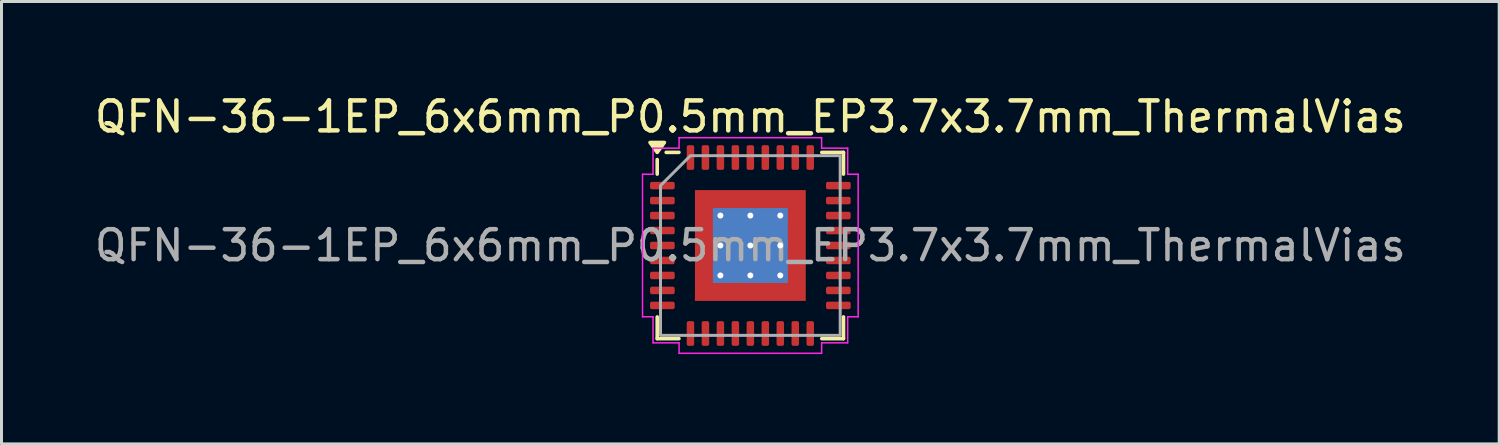
<source format=kicad_pcb>
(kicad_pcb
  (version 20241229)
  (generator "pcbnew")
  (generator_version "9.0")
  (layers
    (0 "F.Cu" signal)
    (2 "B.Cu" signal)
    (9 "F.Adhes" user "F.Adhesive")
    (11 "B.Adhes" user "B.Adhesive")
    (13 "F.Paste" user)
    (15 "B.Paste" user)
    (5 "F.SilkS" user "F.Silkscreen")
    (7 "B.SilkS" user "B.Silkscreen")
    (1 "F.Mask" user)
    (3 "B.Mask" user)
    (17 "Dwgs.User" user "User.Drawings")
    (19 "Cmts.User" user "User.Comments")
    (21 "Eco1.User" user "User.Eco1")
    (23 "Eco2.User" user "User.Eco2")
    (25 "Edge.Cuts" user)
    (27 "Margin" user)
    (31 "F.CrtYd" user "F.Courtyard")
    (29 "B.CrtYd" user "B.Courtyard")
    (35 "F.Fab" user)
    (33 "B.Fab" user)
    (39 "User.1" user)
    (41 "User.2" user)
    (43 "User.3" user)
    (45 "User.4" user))
  (footprint "QFN-36-1EP_6x6mm_P0.5mm_EP3.7x3.7mm_ThermalVias"
    (layer "F.Cu")
    (at 22.006 5.148)
    (property "Reference" "QFN-36-1EP_6x6mm_P0.5mm_EP3.7x3.7mm_ThermalVias" (at 0 -4.3 0) (layer "F.SilkS") (effects (font (size 1 1) (thickness 0.15))))
    (attr smd)
    (fp_line (start -3.11 -2.385) (end -3.11 -2.87) (stroke (width 0.12) (type solid)) (layer "F.SilkS"))
    (fp_line (start -3.11 3.11) (end -3.11 2.385) (stroke (width 0.12) (type solid)) (layer "F.SilkS"))
    (fp_line (start -2.385 -3.11) (end -2.81 -3.11) (stroke (width 0.12) (type solid)) (layer "F.SilkS"))
    (fp_line (start -2.385 3.11) (end -3.11 3.11) (stroke (width 0.12) (type solid)) (layer "F.SilkS"))
    (fp_line (start 2.385 -3.11) (end 3.11 -3.11) (stroke (width 0.12) (type solid)) (layer "F.SilkS"))
    (fp_line (start 2.385 3.11) (end 3.11 3.11) (stroke (width 0.12) (type solid)) (layer "F.SilkS"))
    (fp_line (start 3.11 -3.11) (end 3.11 -2.385) (stroke (width 0.12) (type solid)) (layer "F.SilkS"))
    (fp_line (start 3.11 3.11) (end 3.11 2.385) (stroke (width 0.12) (type solid)) (layer "F.SilkS"))
    (fp_poly (pts (xy -3.11 -3.11) (xy -3.35 -3.44) (xy -2.87 -3.44)) (stroke (width 0.12) (type solid)) (fill yes) (layer "F.SilkS"))
    (fp_line (start -3.6 -2.38) (end -3.25 -2.38) (stroke (width 0.05) (type solid)) (layer "F.CrtYd"))
    (fp_line (start -3.6 2.38) (end -3.6 -2.38) (stroke (width 0.05) (type solid)) (layer "F.CrtYd"))
    (fp_line (start -3.25 -3.25) (end -2.38 -3.25) (stroke (width 0.05) (type solid)) (layer "F.CrtYd"))
    (fp_line (start -3.25 -2.38) (end -3.25 -3.25) (stroke (width 0.05) (type solid)) (layer "F.CrtYd"))
    (fp_line (start -3.25 2.38) (end -3.6 2.38) (stroke (width 0.05) (type solid)) (layer "F.CrtYd"))
    (fp_line (start -3.25 3.25) (end -3.25 2.38) (stroke (width 0.05) (type solid)) (layer "F.CrtYd"))
    (fp_line (start -2.38 -3.6) (end 2.38 -3.6) (stroke (width 0.05) (type solid)) (layer "F.CrtYd"))
    (fp_line (start -2.38 -3.25) (end -2.38 -3.6) (stroke (width 0.05) (type solid)) (layer "F.CrtYd"))
    (fp_line (start -2.38 3.25) (end -3.25 3.25) (stroke (width 0.05) (type solid)) (layer "F.CrtYd"))
    (fp_line (start -2.38 3.6) (end -2.38 3.25) (stroke (width 0.05) (type solid)) (layer "F.CrtYd"))
    (fp_line (start 2.38 -3.6) (end 2.38 -3.25) (stroke (width 0.05) (type solid)) (layer "F.CrtYd"))
    (fp_line (start 2.38 -3.25) (end 3.25 -3.25) (stroke (width 0.05) (type solid)) (layer "F.CrtYd"))
    (fp_line (start 2.38 3.25) (end 2.38 3.6) (stroke (width 0.05) (type solid)) (layer "F.CrtYd"))
    (fp_line (start 2.38 3.6) (end -2.38 3.6) (stroke (width 0.05) (type solid)) (layer "F.CrtYd"))
    (fp_line (start 3.25 -3.25) (end 3.25 -2.38) (stroke (width 0.05) (type solid)) (layer "F.CrtYd"))
    (fp_line (start 3.25 -2.38) (end 3.6 -2.38) (stroke (width 0.05) (type solid)) (layer "F.CrtYd"))
    (fp_line (start 3.25 2.38) (end 3.25 3.25) (stroke (width 0.05) (type solid)) (layer "F.CrtYd"))
    (fp_line (start 3.25 3.25) (end 2.38 3.25) (stroke (width 0.05) (type solid)) (layer "F.CrtYd"))
    (fp_line (start 3.6 -2.38) (end 3.6 2.38) (stroke (width 0.05) (type solid)) (layer "F.CrtYd"))
    (fp_line (start 3.6 2.38) (end 3.25 2.38) (stroke (width 0.05) (type solid)) (layer "F.CrtYd"))
    (fp_poly (pts (xy -3 -2) (xy -3 3) (xy 3 3) (xy 3 -3) (xy -2 -3)) (stroke (width 0.1) (type solid)) (fill no) (layer "F.Fab"))
    (fp_text user "${REFERENCE}" (at 0 0 0) (layer "F.Fab") (effects (font (size 1 1) (thickness 0.15))))
    (pad "" smd roundrect (at -1.23 -1.23) (size 0.99 0.99) (layers "F.Paste") (roundrect_rratio 0.25))
    (pad "" smd roundrect (at -1.23 0) (size 0.99 0.99) (layers "F.Paste") (roundrect_rratio 0.25))
    (pad "" smd roundrect (at -1.23 1.23) (size 0.99 0.99) (layers "F.Paste") (roundrect_rratio 0.25))
    (pad "" smd roundrect (at 0 -1.23) (size 0.99 0.99) (layers "F.Paste") (roundrect_rratio 0.25))
    (pad "" smd roundrect (at 0 0) (size 0.99 0.99) (layers "F.Paste") (roundrect_rratio 0.25))
    (pad "" smd roundrect (at 0 1.23) (size 0.99 0.99) (layers "F.Paste") (roundrect_rratio 0.25))
    (pad "" smd roundrect (at 1.23 -1.23) (size 0.99 0.99) (layers "F.Paste") (roundrect_rratio 0.25))
    (pad "" smd roundrect (at 1.23 0) (size 0.99 0.99) (layers "F.Paste") (roundrect_rratio 0.25))
    (pad "" smd roundrect (at 1.23 1.23) (size 0.99 0.99) (layers "F.Paste") (roundrect_rratio 0.25))
    (pad "1" smd roundrect (at -2.938 -2) (size 0.825 0.25) (layers "F.Cu" "F.Mask" "F.Paste") (roundrect_rratio 0.25))
    (pad "2" smd roundrect (at -2.938 -1.5) (size 0.825 0.25) (layers "F.Cu" "F.Mask" "F.Paste") (roundrect_rratio 0.25))
    (pad "3" smd roundrect (at -2.938 -1) (size 0.825 0.25) (layers "F.Cu" "F.Mask" "F.Paste") (roundrect_rratio 0.25))
    (pad "4" smd roundrect (at -2.938 -0.5) (size 0.825 0.25) (layers "F.Cu" "F.Mask" "F.Paste") (roundrect_rratio 0.25))
    (pad "5" smd roundrect (at -2.938 0) (size 0.825 0.25) (layers "F.Cu" "F.Mask" "F.Paste") (roundrect_rratio 0.25))
    (pad "6" smd roundrect (at -2.938 0.5) (size 0.825 0.25) (layers "F.Cu" "F.Mask" "F.Paste") (roundrect_rratio 0.25))
    (pad "7" smd roundrect (at -2.938 1) (size 0.825 0.25) (layers "F.Cu" "F.Mask" "F.Paste") (roundrect_rratio 0.25))
    (pad "8" smd roundrect (at -2.938 1.5) (size 0.825 0.25) (layers "F.Cu" "F.Mask" "F.Paste") (roundrect_rratio 0.25))
    (pad "9" smd roundrect (at -2.938 2) (size 0.825 0.25) (layers "F.Cu" "F.Mask" "F.Paste") (roundrect_rratio 0.25))
    (pad "10" smd roundrect (at -2 2.938) (size 0.25 0.825) (layers "F.Cu" "F.Mask" "F.Paste") (roundrect_rratio 0.25))
    (pad "11" smd roundrect (at -1.5 2.938) (size 0.25 0.825) (layers "F.Cu" "F.Mask" "F.Paste") (roundrect_rratio 0.25))
    (pad "12" smd roundrect (at -1 2.938) (size 0.25 0.825) (layers "F.Cu" "F.Mask" "F.Paste") (roundrect_rratio 0.25))
    (pad "13" smd roundrect (at -0.5 2.938) (size 0.25 0.825) (layers "F.Cu" "F.Mask" "F.Paste") (roundrect_rratio 0.25))
    (pad "14" smd roundrect (at 0 2.938) (size 0.25 0.825) (layers "F.Cu" "F.Mask" "F.Paste") (roundrect_rratio 0.25))
    (pad "15" smd roundrect (at 0.5 2.938) (size 0.25 0.825) (layers "F.Cu" "F.Mask" "F.Paste") (roundrect_rratio 0.25))
    (pad "16" smd roundrect (at 1 2.938) (size 0.25 0.825) (layers "F.Cu" "F.Mask" "F.Paste") (roundrect_rratio 0.25))
    (pad "17" smd roundrect (at 1.5 2.938) (size 0.25 0.825) (layers "F.Cu" "F.Mask" "F.Paste") (roundrect_rratio 0.25))
    (pad "18" smd roundrect (at 2 2.938) (size 0.25 0.825) (layers "F.Cu" "F.Mask" "F.Paste") (roundrect_rratio 0.25))
    (pad "19" smd roundrect (at 2.938 2) (size 0.825 0.25) (layers "F.Cu" "F.Mask" "F.Paste") (roundrect_rratio 0.25))
    (pad "20" smd roundrect (at 2.938 1.5) (size 0.825 0.25) (layers "F.Cu" "F.Mask" "F.Paste") (roundrect_rratio 0.25))
    (pad "21" smd roundrect (at 2.938 1) (size 0.825 0.25) (layers "F.Cu" "F.Mask" "F.Paste") (roundrect_rratio 0.25))
    (pad "22" smd roundrect (at 2.938 0.5) (size 0.825 0.25) (layers "F.Cu" "F.Mask" "F.Paste") (roundrect_rratio 0.25))
    (pad "23" smd roundrect (at 2.938 0) (size 0.825 0.25) (layers "F.Cu" "F.Mask" "F.Paste") (roundrect_rratio 0.25))
    (pad "24" smd roundrect (at 2.938 -0.5) (size 0.825 0.25) (layers "F.Cu" "F.Mask" "F.Paste") (roundrect_rratio 0.25))
    (pad "25" smd roundrect (at 2.938 -1) (size 0.825 0.25) (layers "F.Cu" "F.Mask" "F.Paste") (roundrect_rratio 0.25))
    (pad "26" smd roundrect (at 2.938 -1.5) (size 0.825 0.25) (layers "F.Cu" "F.Mask" "F.Paste") (roundrect_rratio 0.25))
    (pad "27" smd roundrect (at 2.938 -2) (size 0.825 0.25) (layers "F.Cu" "F.Mask" "F.Paste") (roundrect_rratio 0.25))
    (pad "28" smd roundrect (at 2 -2.938) (size 0.25 0.825) (layers "F.Cu" "F.Mask" "F.Paste") (roundrect_rratio 0.25))
    (pad "29" smd roundrect (at 1.5 -2.938) (size 0.25 0.825) (layers "F.Cu" "F.Mask" "F.Paste") (roundrect_rratio 0.25))
    (pad "30" smd roundrect (at 1 -2.938) (size 0.25 0.825) (layers "F.Cu" "F.Mask" "F.Paste") (roundrect_rratio 0.25))
    (pad "31" smd roundrect (at 0.5 -2.938) (size 0.25 0.825) (layers "F.Cu" "F.Mask" "F.Paste") (roundrect_rratio 0.25))
    (pad "32" smd roundrect (at 0 -2.938) (size 0.25 0.825) (layers "F.Cu" "F.Mask" "F.Paste") (roundrect_rratio 0.25))
    (pad "33" smd roundrect (at -0.5 -2.938) (size 0.25 0.825) (layers "F.Cu" "F.Mask" "F.Paste") (roundrect_rratio 0.25))
    (pad "34" smd roundrect (at -1 -2.938) (size 0.25 0.825) (layers "F.Cu" "F.Mask" "F.Paste") (roundrect_rratio 0.25))
    (pad "35" smd roundrect (at -1.5 -2.938) (size 0.25 0.825) (layers "F.Cu" "F.Mask" "F.Paste") (roundrect_rratio 0.25))
    (pad "36" smd roundrect (at -2 -2.938) (size 0.25 0.825) (layers "F.Cu" "F.Mask" "F.Paste") (roundrect_rratio 0.25))
    (pad "37" thru_hole circle (at -1 -1) (size 0.5 0.5) (drill 0.2) (property pad_prop_heatsink) (layers "*.Cu"))
    (pad "37" thru_hole circle (at -1 0) (size 0.5 0.5) (drill 0.2) (property pad_prop_heatsink) (layers "*.Cu"))
    (pad "37" thru_hole circle (at -1 1) (size 0.5 0.5) (drill 0.2) (property pad_prop_heatsink) (layers "*.Cu"))
    (pad "37" thru_hole circle (at 0 -1) (size 0.5 0.5) (drill 0.2) (property pad_prop_heatsink) (layers "*.Cu"))
    (pad "37" thru_hole circle (at 0 0) (size 0.5 0.5) (drill 0.2) (property pad_prop_heatsink) (layers "*.Cu"))
    (pad "37" smd rect (at 0 0) (size 2.5 2.5) (property pad_prop_heatsink) (layers "B.Cu"))
    (pad "37" smd rect (at 0 0) (size 3.7 3.7) (property pad_prop_heatsink) (layers "F.Cu" "F.Mask"))
    (pad "37" thru_hole circle (at 0 1) (size 0.5 0.5) (drill 0.2) (property pad_prop_heatsink) (layers "*.Cu"))
    (pad "37" thru_hole circle (at 1 -1) (size 0.5 0.5) (drill 0.2) (property pad_prop_heatsink) (layers "*.Cu"))
    (pad "37" thru_hole circle (at 1 0) (size 0.5 0.5) (drill 0.2) (property pad_prop_heatsink) (layers "*.Cu"))
    (pad "37" thru_hole circle (at 1 1) (size 0.5 0.5) (drill 0.2) (property pad_prop_heatsink) (layers "*.Cu")))
  (gr_rect
    (start -3 -3)
    (end 47.012 11.773)
    (stroke (width 0.1) (type default))
    (fill no)
    (layer "Edge.Cuts")))
</source>
